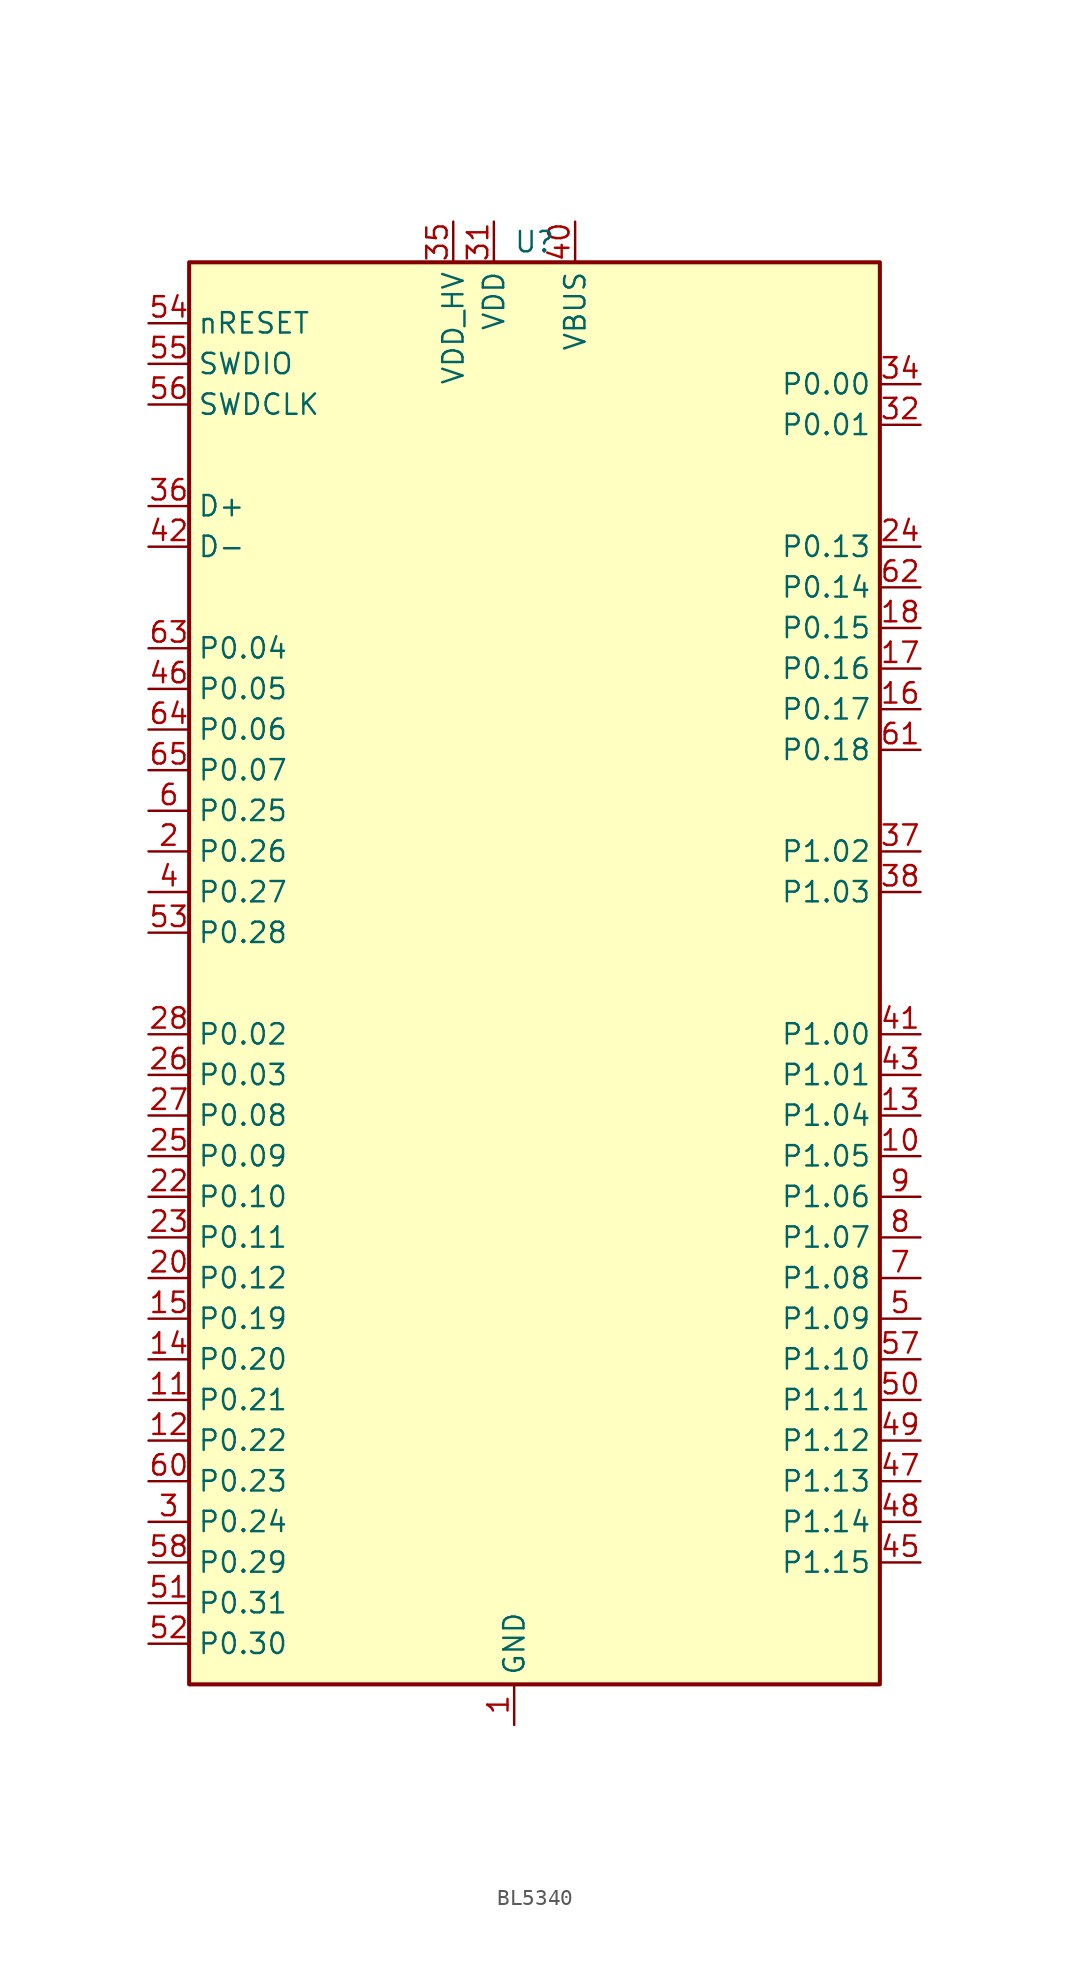
<source format=kicad_sym>
(kicad_symbol_lib
  (version 20231120)
  (generator "kicad_symbol_editor")
  (generator_version "8.0")
  (symbol "BL5340"
    (property "Reference" "U"
      (at 1.27 45.72 0)
      (effects (font (size 1.27 1.27))))
    (property "Value" ""
      (at 1.27 -19.05 0)
      (effects (font (size 1.27 1.27))))
    (symbol "BL5340_1_1"
      (rectangle (start -20.32 44.45) (end 22.86 -44.45) (stroke (width 0.254) (type default)) (fill (type background)))
      (pin power_in line (at 0 -46.99 90) (length 2.54) (name "GND" (effects (font (size 1.27 1.27)))) (number "1" (effects (font (size 1.27 1.27)))))
      (pin bidirectional line (at 25.4 -11.43 180) (length 2.54) (name "P1.05" (effects (font (size 1.27 1.27)))) (number "10" (effects (font (size 1.27 1.27)))))
      (pin bidirectional line (at -22.86 -26.67 0) (length 2.54) (name "P0.21" (effects (font (size 1.27 1.27)))) (number "11" (effects (font (size 1.27 1.27)))))
      (pin bidirectional line (at -22.86 -29.21 0) (length 2.54) (name "P0.22" (effects (font (size 1.27 1.27)))) (number "12" (effects (font (size 1.27 1.27)))))
      (pin bidirectional line (at 25.4 -8.89 180) (length 2.54) (name "P1.04" (effects (font (size 1.27 1.27)))) (number "13" (effects (font (size 1.27 1.27)))))
      (pin bidirectional line (at -22.86 -24.13 0) (length 2.54) (name "P0.20" (effects (font (size 1.27 1.27)))) (number "14" (effects (font (size 1.27 1.27)))))
      (pin bidirectional line (at -22.86 -21.59 0) (length 2.54) (name "P0.19" (effects (font (size 1.27 1.27)))) (number "15" (effects (font (size 1.27 1.27)))))
      (pin bidirectional line (at 25.4 16.51 180) (length 2.54) (name "P0.17" (effects (font (size 1.27 1.27)))) (number "16" (effects (font (size 1.27 1.27)))) (alternate "QSPI_CLK" bidirectional line))
      (pin bidirectional line (at 25.4 19.05 180) (length 2.54) (name "P0.16" (effects (font (size 1.27 1.27)))) (number "17" (effects (font (size 1.27 1.27)))) (alternate "QSPI_IO3" bidirectional line))
      (pin bidirectional line (at 25.4 21.59 180) (length 2.54) (name "P0.15" (effects (font (size 1.27 1.27)))) (number "18" (effects (font (size 1.27 1.27)))) (alternate "QSPI_IO2" bidirectional line))
      (pin power_in line (at 0 -46.99 90) (length 2.54) hide (name "GND" (effects (font (size 1.27 1.27)))) (number "19" (effects (font (size 1.27 1.27)))))
      (pin bidirectional line (at -22.86 7.62 0) (length 2.54) (name "P0.26" (effects (font (size 1.27 1.27)))) (number "2" (effects (font (size 1.27 1.27)))) (alternate "AIN5" bidirectional line))
      (pin bidirectional line (at -22.86 -19.05 0) (length 2.54) (name "P0.12" (effects (font (size 1.27 1.27)))) (number "20" (effects (font (size 1.27 1.27)))) (alternate "SPIM4_DCX" bidirectional line) (alternate "TRACECLK" bidirectional line))
      (pin power_in line (at 0 -46.99 90) (length 2.54) hide (name "GND" (effects (font (size 1.27 1.27)))) (number "21" (effects (font (size 1.27 1.27)))))
      (pin bidirectional line (at -22.86 -13.97 0) (length 2.54) (name "P0.10" (effects (font (size 1.27 1.27)))) (number "22" (effects (font (size 1.27 1.27)))) (alternate "SPIM4_MISO" bidirectional line) (alternate "TRACEDATA1" bidirectional line))
      (pin bidirectional line (at -22.86 -16.51 0) (length 2.54) (name "P0.11" (effects (font (size 1.27 1.27)))) (number "23" (effects (font (size 1.27 1.27)))) (alternate "SPIM4_CSN" bidirectional line) (alternate "TRACEDATA0" bidirectional line))
      (pin bidirectional line (at 25.4 26.67 180) (length 2.54) (name "P0.13" (effects (font (size 1.27 1.27)))) (number "24" (effects (font (size 1.27 1.27)))) (alternate "QSPI_IO0" input line))
      (pin bidirectional line (at -22.86 -11.43 0) (length 2.54) (name "P0.09" (effects (font (size 1.27 1.27)))) (number "25" (effects (font (size 1.27 1.27)))) (alternate "SPIM4_MOSI" bidirectional line) (alternate "TRACEDATA2" bidirectional line))
      (pin bidirectional line (at -22.86 -6.35 0) (length 2.54) (name "P0.03" (effects (font (size 1.27 1.27)))) (number "26" (effects (font (size 1.27 1.27)))) (alternate "NFC2" input line))
      (pin bidirectional line (at -22.86 -8.89 0) (length 2.54) (name "P0.08" (effects (font (size 1.27 1.27)))) (number "27" (effects (font (size 1.27 1.27)))) (alternate "SPIM4_SCK" bidirectional line) (alternate "TRACEDATA3" bidirectional line))
      (pin bidirectional line (at -22.86 -3.81 0) (length 2.54) (name "P0.02" (effects (font (size 1.27 1.27)))) (number "28" (effects (font (size 1.27 1.27)))) (alternate "NFC1" bidirectional line))
      (pin power_in line (at 0 -46.99 90) (length 2.54) hide (name "GND" (effects (font (size 1.27 1.27)))) (number "29" (effects (font (size 1.27 1.27)))))
      (pin bidirectional line (at -22.86 -34.29 0) (length 2.54) (name "P0.24" (effects (font (size 1.27 1.27)))) (number "3" (effects (font (size 1.27 1.27)))))
      (pin power_in line (at 0 -46.99 90) (length 2.54) hide (name "GND" (effects (font (size 1.27 1.27)))) (number "30" (effects (font (size 1.27 1.27)))))
      (pin power_in line (at -1.27 46.99 270) (length 2.54) (name "VDD" (effects (font (size 1.27 1.27)))) (number "31" (effects (font (size 1.27 1.27)))))
      (pin bidirectional line (at 25.4 34.29 180) (length 2.54) (name "P0.01" (effects (font (size 1.27 1.27)))) (number "32" (effects (font (size 1.27 1.27)))) (alternate "XL2" bidirectional line))
      (pin power_in line (at 0 -46.99 90) (length 2.54) hide (name "GND" (effects (font (size 1.27 1.27)))) (number "33" (effects (font (size 1.27 1.27)))))
      (pin bidirectional line (at 25.4 36.83 180) (length 2.54) (name "P0.00" (effects (font (size 1.27 1.27)))) (number "34" (effects (font (size 1.27 1.27)))) (alternate "XL1" bidirectional line))
      (pin power_in line (at -3.81 46.99 270) (length 2.54) (name "VDD_HV" (effects (font (size 1.27 1.27)))) (number "35" (effects (font (size 1.27 1.27)))))
      (pin bidirectional line (at -22.86 29.21 0) (length 2.54) (name "D+" (effects (font (size 1.27 1.27)))) (number "36" (effects (font (size 1.27 1.27)))))
      (pin bidirectional line (at 25.4 7.62 180) (length 2.54) (name "P1.02" (effects (font (size 1.27 1.27)))) (number "37" (effects (font (size 1.27 1.27)))) (alternate "I2C_SDA" bidirectional line))
      (pin bidirectional line (at 25.4 5.08 180) (length 2.54) (name "P1.03" (effects (font (size 1.27 1.27)))) (number "38" (effects (font (size 1.27 1.27)))) (alternate "I2C_SCL" bidirectional line))
      (pin power_in line (at 0 -46.99 90) (length 2.54) hide (name "GND" (effects (font (size 1.27 1.27)))) (number "39" (effects (font (size 1.27 1.27)))))
      (pin bidirectional line (at -22.86 5.08 0) (length 2.54) (name "P0.27" (effects (font (size 1.27 1.27)))) (number "4" (effects (font (size 1.27 1.27)))) (alternate "AIN6" bidirectional line))
      (pin power_in line (at 3.81 46.99 270) (length 2.54) (name "VBUS" (effects (font (size 1.27 1.27)))) (number "40" (effects (font (size 1.27 1.27)))))
      (pin bidirectional line (at 25.4 -3.81 180) (length 2.54) (name "P1.00" (effects (font (size 1.27 1.27)))) (number "41" (effects (font (size 1.27 1.27)))))
      (pin bidirectional line (at -22.86 26.67 0) (length 2.54) (name "D-" (effects (font (size 1.27 1.27)))) (number "42" (effects (font (size 1.27 1.27)))))
      (pin bidirectional line (at 25.4 -6.35 180) (length 2.54) (name "P1.01" (effects (font (size 1.27 1.27)))) (number "43" (effects (font (size 1.27 1.27)))))
      (pin power_in line (at 0 -46.99 90) (length 2.54) hide (name "GND" (effects (font (size 1.27 1.27)))) (number "44" (effects (font (size 1.27 1.27)))))
      (pin bidirectional line (at 25.4 -36.83 180) (length 2.54) (name "P1.15" (effects (font (size 1.27 1.27)))) (number "45" (effects (font (size 1.27 1.27)))))
      (pin bidirectional line (at -22.86 17.78 0) (length 2.54) (name "P0.05" (effects (font (size 1.27 1.27)))) (number "46" (effects (font (size 1.27 1.27)))) (alternate "AIN1" bidirectional line))
      (pin bidirectional line (at 25.4 -31.75 180) (length 2.54) (name "P1.13" (effects (font (size 1.27 1.27)))) (number "47" (effects (font (size 1.27 1.27)))))
      (pin bidirectional line (at 25.4 -34.29 180) (length 2.54) (name "P1.14" (effects (font (size 1.27 1.27)))) (number "48" (effects (font (size 1.27 1.27)))))
      (pin bidirectional line (at 25.4 -29.21 180) (length 2.54) (name "P1.12" (effects (font (size 1.27 1.27)))) (number "49" (effects (font (size 1.27 1.27)))))
      (pin bidirectional line (at 25.4 -21.59 180) (length 2.54) (name "P1.09" (effects (font (size 1.27 1.27)))) (number "5" (effects (font (size 1.27 1.27)))))
      (pin bidirectional line (at 25.4 -26.67 180) (length 2.54) (name "P1.11" (effects (font (size 1.27 1.27)))) (number "50" (effects (font (size 1.27 1.27)))))
      (pin bidirectional line (at -22.86 -39.37 0) (length 2.54) (name "P0.31" (effects (font (size 1.27 1.27)))) (number "51" (effects (font (size 1.27 1.27)))))
      (pin bidirectional line (at -22.86 -41.91 0) (length 2.54) (name "P0.30" (effects (font (size 1.27 1.27)))) (number "52" (effects (font (size 1.27 1.27)))))
      (pin bidirectional line (at -22.86 2.54 0) (length 2.54) (name "P0.28" (effects (font (size 1.27 1.27)))) (number "53" (effects (font (size 1.27 1.27)))) (alternate "AIN7" bidirectional line))
      (pin bidirectional line (at -22.86 40.64 0) (length 2.54) (name "nRESET" (effects (font (size 1.27 1.27)))) (number "54" (effects (font (size 1.27 1.27)))))
      (pin bidirectional line (at -22.86 38.1 0) (length 2.54) (name "SWDIO" (effects (font (size 1.27 1.27)))) (number "55" (effects (font (size 1.27 1.27)))))
      (pin bidirectional line (at -22.86 35.56 0) (length 2.54) (name "SWDCLK" (effects (font (size 1.27 1.27)))) (number "56" (effects (font (size 1.27 1.27)))))
      (pin bidirectional line (at 25.4 -24.13 180) (length 2.54) (name "P1.10" (effects (font (size 1.27 1.27)))) (number "57" (effects (font (size 1.27 1.27)))))
      (pin bidirectional line (at -22.86 -36.83 0) (length 2.54) (name "P0.29" (effects (font (size 1.27 1.27)))) (number "58" (effects (font (size 1.27 1.27)))))
      (pin power_in line (at 0 -46.99 90) (length 2.54) hide (name "GND" (effects (font (size 1.27 1.27)))) (number "59" (effects (font (size 1.27 1.27)))))
      (pin bidirectional line (at -22.86 10.16 0) (length 2.54) (name "P0.25" (effects (font (size 1.27 1.27)))) (number "6" (effects (font (size 1.27 1.27)))) (alternate "AIN4" bidirectional line))
      (pin bidirectional line (at -22.86 -31.75 0) (length 2.54) (name "P0.23" (effects (font (size 1.27 1.27)))) (number "60" (effects (font (size 1.27 1.27)))))
      (pin bidirectional line (at 25.4 13.97 180) (length 2.54) (name "P0.18" (effects (font (size 1.27 1.27)))) (number "61" (effects (font (size 1.27 1.27)))) (alternate "QSPI_CSN" bidirectional line))
      (pin bidirectional line (at 25.4 24.13 180) (length 2.54) (name "P0.14" (effects (font (size 1.27 1.27)))) (number "62" (effects (font (size 1.27 1.27)))) (alternate "QSPI_IO1" bidirectional line))
      (pin bidirectional line (at -22.86 20.32 0) (length 2.54) (name "P0.04" (effects (font (size 1.27 1.27)))) (number "63" (effects (font (size 1.27 1.27)))) (alternate "AIN0" bidirectional line))
      (pin bidirectional line (at -22.86 15.24 0) (length 2.54) (name "P0.06" (effects (font (size 1.27 1.27)))) (number "64" (effects (font (size 1.27 1.27)))) (alternate "AIN2" bidirectional line))
      (pin bidirectional line (at -22.86 12.7 0) (length 2.54) (name "P0.07" (effects (font (size 1.27 1.27)))) (number "65" (effects (font (size 1.27 1.27)))) (alternate "AIN3" bidirectional line))
      (pin power_in line (at 0 -46.99 90) (length 2.54) hide (name "GND" (effects (font (size 1.27 1.27)))) (number "66" (effects (font (size 1.27 1.27)))))
      (pin power_in line (at 0 -46.99 90) (length 2.54) hide (name "GND" (effects (font (size 1.27 1.27)))) (number "67" (effects (font (size 1.27 1.27)))))
      (pin power_in line (at 0 -46.99 90) (length 2.54) hide (name "GND" (effects (font (size 1.27 1.27)))) (number "68" (effects (font (size 1.27 1.27)))))
      (pin power_in line (at 0 -46.99 90) (length 2.54) hide (name "GND" (effects (font (size 1.27 1.27)))) (number "69" (effects (font (size 1.27 1.27)))))
      (pin bidirectional line (at 25.4 -19.05 180) (length 2.54) (name "P1.08" (effects (font (size 1.27 1.27)))) (number "7" (effects (font (size 1.27 1.27)))))
      (pin power_in line (at 0 -46.99 90) (length 2.54) hide (name "GND" (effects (font (size 1.27 1.27)))) (number "70" (effects (font (size 1.27 1.27)))))
      (pin power_in line (at 0 -46.99 90) (length 2.54) hide (name "GND" (effects (font (size 1.27 1.27)))) (number "71" (effects (font (size 1.27 1.27)))))
      (pin no_connect line (at -5.08 -46.99 90) (length 2.54) hide (name "NC" (effects (font (size 1.27 1.27)))) (number "72" (effects (font (size 1.27 1.27)))))
      (pin power_in line (at 0 -46.99 90) (length 2.54) hide (name "GND" (effects (font (size 1.27 1.27)))) (number "73" (effects (font (size 1.27 1.27)))))
      (pin power_in line (at 0 -46.99 90) (length 2.54) hide (name "GND" (effects (font (size 1.27 1.27)))) (number "74" (effects (font (size 1.27 1.27)))))
      (pin power_in line (at 0 -46.99 90) (length 2.54) hide (name "GND" (effects (font (size 1.27 1.27)))) (number "75" (effects (font (size 1.27 1.27)))))
      (pin bidirectional line (at 25.4 -16.51 180) (length 2.54) (name "P1.07" (effects (font (size 1.27 1.27)))) (number "8" (effects (font (size 1.27 1.27)))))
      (pin bidirectional line (at 25.4 -13.97 180) (length 2.54) (name "P1.06" (effects (font (size 1.27 1.27)))) (number "9" (effects (font (size 1.27 1.27))))))))
</source>
